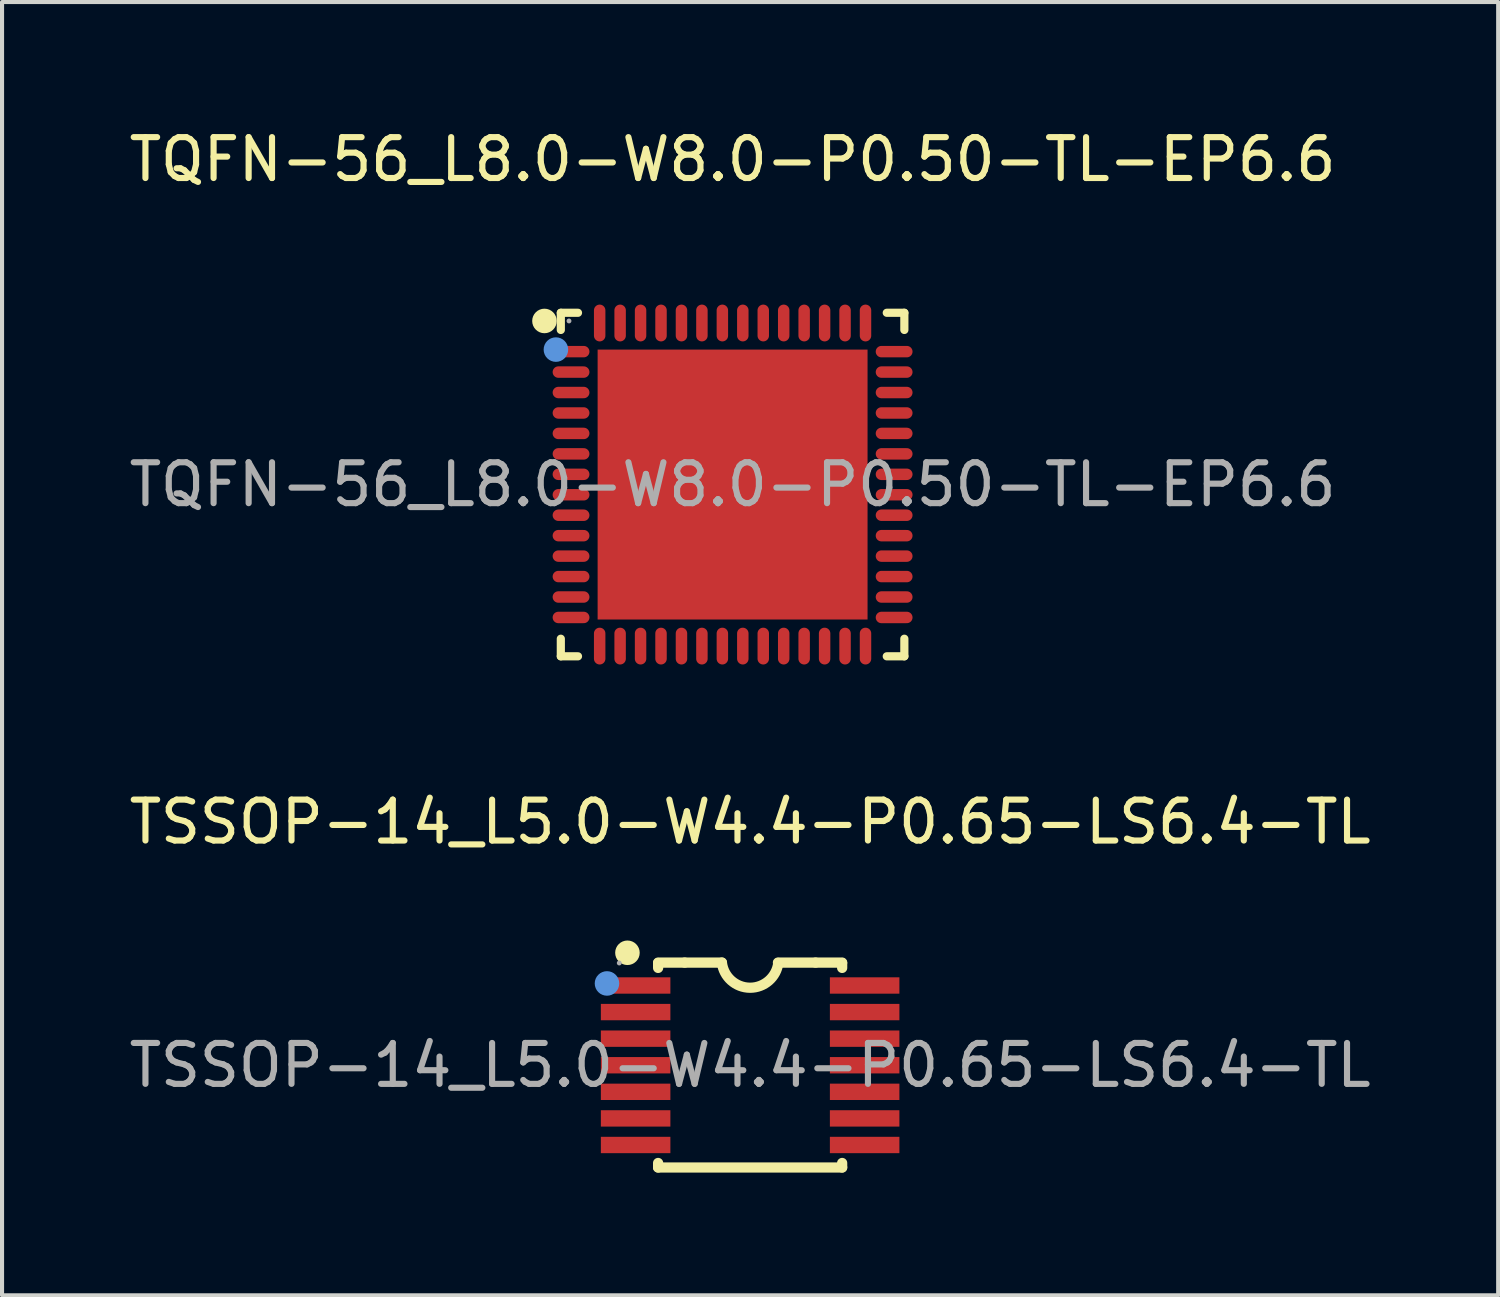
<source format=kicad_pcb>
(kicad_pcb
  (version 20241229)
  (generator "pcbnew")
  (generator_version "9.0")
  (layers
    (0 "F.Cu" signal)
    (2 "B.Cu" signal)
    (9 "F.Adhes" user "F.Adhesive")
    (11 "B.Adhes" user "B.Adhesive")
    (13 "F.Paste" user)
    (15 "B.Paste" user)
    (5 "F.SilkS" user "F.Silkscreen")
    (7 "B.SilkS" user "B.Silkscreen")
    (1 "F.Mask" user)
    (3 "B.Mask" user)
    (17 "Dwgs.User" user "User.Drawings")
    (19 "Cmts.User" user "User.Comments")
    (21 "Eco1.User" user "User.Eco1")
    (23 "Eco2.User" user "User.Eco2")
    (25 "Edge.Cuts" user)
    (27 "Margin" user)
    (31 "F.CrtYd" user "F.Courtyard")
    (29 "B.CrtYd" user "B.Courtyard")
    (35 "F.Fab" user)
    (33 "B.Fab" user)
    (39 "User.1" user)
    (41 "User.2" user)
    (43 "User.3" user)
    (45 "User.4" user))
  (footprint "TSSOP-14_L5.0-W4.4-P0.65-LS6.4-TL"
    (layer "F.Cu")
    (at 15.292 22.997)
    (property "Reference" "TSSOP-14_L5.0-W4.4-P0.65-LS6.4-TL" (at 0 -5.95 0) (layer "F.SilkS") (effects (font (size 1 1) (thickness 0.15))))
    (attr through_hole)
    (fp_line (start -2.25 -2.38) (end -2.25 -2.5) (stroke (width 0.25) (type solid)) (layer "F.SilkS"))
    (fp_line (start -2.25 2.5) (end -2.25 2.39) (stroke (width 0.25) (type solid)) (layer "F.SilkS"))
    (fp_line (start -1.6 -2.51) (end -2.25 -2.51) (stroke (width 0.25) (type solid)) (layer "F.SilkS"))
    (fp_line (start -1.6 -2.51) (end -0.69 -2.51) (stroke (width 0.25) (type solid)) (layer "F.SilkS"))
    (fp_line (start 0.68 -2.51) (end 1.6 -2.51) (stroke (width 0.25) (type solid)) (layer "F.SilkS"))
    (fp_line (start 1.6 -2.51) (end 2.25 -2.51) (stroke (width 0.25) (type solid)) (layer "F.SilkS"))
    (fp_line (start 2.25 -2.5) (end 2.25 -2.38) (stroke (width 0.25) (type solid)) (layer "F.SilkS"))
    (fp_line (start 2.25 2.39) (end 2.25 2.5) (stroke (width 0.25) (type solid)) (layer "F.SilkS"))
    (fp_line (start 2.25 2.5) (end -2.25 2.5) (stroke (width 0.25) (type solid)) (layer "F.SilkS"))
    (fp_arc (start 0.689165 -2.503103) (mid -0.003474 -1.895387) (end -0.69 -2.51) (stroke (width 0.25) (type solid)) (layer "F.SilkS"))
    (fp_circle (center -3 -2.75) (end -2.85 -2.75) (stroke (width 0.3) (type solid)) (fill no) (layer "F.SilkS"))
    (fp_circle (center -3.5 -2) (end -3.35 -2) (stroke (width 0.3) (type solid)) (fill no) (layer "Cmts.User"))
    (fp_circle (center -3.2 -2.5) (end -3.17 -2.5) (stroke (width 0.06) (type solid)) (fill no) (layer "F.Fab"))
    (fp_text user "${REFERENCE}" (at 0 0 0) (layer "F.Fab") (effects (font (size 1 1) (thickness 0.15))))
    (pad "1" smd rect (at -2.8 -1.95) (size 1.7 0.4) (layers "F.Cu" "F.Mask" "F.Paste"))
    (pad "2" smd rect (at -2.8 -1.3) (size 1.7 0.4) (layers "F.Cu" "F.Mask" "F.Paste"))
    (pad "3" smd rect (at -2.8 -0.65) (size 1.7 0.4) (layers "F.Cu" "F.Mask" "F.Paste"))
    (pad "4" smd rect (at -2.8 0) (size 1.7 0.4) (layers "F.Cu" "F.Mask" "F.Paste"))
    (pad "5" smd rect (at -2.8 0.65) (size 1.7 0.4) (layers "F.Cu" "F.Mask" "F.Paste"))
    (pad "6" smd rect (at -2.8 1.3) (size 1.7 0.4) (layers "F.Cu" "F.Mask" "F.Paste"))
    (pad "7" smd rect (at -2.8 1.95) (size 1.7 0.4) (layers "F.Cu" "F.Mask" "F.Paste"))
    (pad "8" smd rect (at 2.8 1.95) (size 1.7 0.4) (layers "F.Cu" "F.Mask" "F.Paste"))
    (pad "9" smd rect (at 2.8 1.3) (size 1.7 0.4) (layers "F.Cu" "F.Mask" "F.Paste"))
    (pad "10" smd rect (at 2.8 0.65) (size 1.7 0.4) (layers "F.Cu" "F.Mask" "F.Paste"))
    (pad "11" smd rect (at 2.8 0) (size 1.7 0.4) (layers "F.Cu" "F.Mask" "F.Paste"))
    (pad "12" smd rect (at 2.8 -0.65) (size 1.7 0.4) (layers "F.Cu" "F.Mask" "F.Paste"))
    (pad "13" smd rect (at 2.8 -1.3) (size 1.7 0.4) (layers "F.Cu" "F.Mask" "F.Paste"))
    (pad "14" smd rect (at 2.8 -1.95) (size 1.7 0.4) (layers "F.Cu" "F.Mask" "F.Paste")))
  (footprint "TQFN-56_L8.0-W8.0-P0.50-TL-EP6.6"
    (layer "F.Cu")
    (at 14.863 8.798)
    (property "Reference" "TQFN-56_L8.0-W8.0-P0.50-TL-EP6.6" (at 0 -7.95 0) (layer "F.SilkS") (effects (font (size 1 1) (thickness 0.15))))
    (attr through_hole)
    (fp_line (start -4.2 -4.2) (end -3.78 -4.2) (stroke (width 0.2) (type solid)) (layer "F.SilkS"))
    (fp_line (start -4.2 -3.78) (end -4.2 -4.2) (stroke (width 0.2) (type solid)) (layer "F.SilkS"))
    (fp_line (start -4.2 3.77) (end -4.2 4.2) (stroke (width 0.2) (type solid)) (layer "F.SilkS"))
    (fp_line (start -4.2 4.2) (end -3.78 4.2) (stroke (width 0.2) (type solid)) (layer "F.SilkS"))
    (fp_line (start 3.77 4.2) (end 4.2 4.2) (stroke (width 0.2) (type solid)) (layer "F.SilkS"))
    (fp_line (start 4.2 -4.2) (end 3.77 -4.2) (stroke (width 0.2) (type solid)) (layer "F.SilkS"))
    (fp_line (start 4.2 -3.78) (end 4.2 -4.2) (stroke (width 0.2) (type solid)) (layer "F.SilkS"))
    (fp_line (start 4.2 4.2) (end 4.2 3.77) (stroke (width 0.2) (type solid)) (layer "F.SilkS"))
    (fp_arc (start -4.6 -4) (mid -4.6 -4) (end -4.6 -4) (stroke (width 0.3) (type solid)) (layer "F.SilkS"))
    (fp_circle (center -4.32 -3.3) (end -4.17 -3.3) (stroke (width 0.3) (type solid)) (fill no) (layer "Cmts.User"))
    (fp_circle (center -4 -4) (end -3.97 -4) (stroke (width 0.06) (type solid)) (fill no) (layer "F.Fab"))
    (fp_text user "${REFERENCE}" (at 0 0 0) (layer "F.Fab") (effects (font (size 1 1) (thickness 0.15))))
    (pad "1" smd oval (at -3.95 -3.25 90) (size 0.28 0.9) (layers "F.Cu" "F.Mask" "F.Paste"))
    (pad "2" smd oval (at -3.95 -2.75 90) (size 0.28 0.9) (layers "F.Cu" "F.Mask" "F.Paste"))
    (pad "3" smd oval (at -3.95 -2.25 90) (size 0.28 0.9) (layers "F.Cu" "F.Mask" "F.Paste"))
    (pad "4" smd oval (at -3.95 -1.75 90) (size 0.28 0.9) (layers "F.Cu" "F.Mask" "F.Paste"))
    (pad "5" smd oval (at -3.95 -1.25 90) (size 0.28 0.9) (layers "F.Cu" "F.Mask" "F.Paste"))
    (pad "6" smd oval (at -3.95 -0.75 90) (size 0.28 0.9) (layers "F.Cu" "F.Mask" "F.Paste"))
    (pad "7" smd oval (at -3.95 -0.25 90) (size 0.28 0.9) (layers "F.Cu" "F.Mask" "F.Paste"))
    (pad "8" smd oval (at -3.95 0.25 90) (size 0.28 0.9) (layers "F.Cu" "F.Mask" "F.Paste"))
    (pad "9" smd oval (at -3.95 0.75 90) (size 0.28 0.9) (layers "F.Cu" "F.Mask" "F.Paste"))
    (pad "10" smd oval (at -3.95 1.25 90) (size 0.28 0.9) (layers "F.Cu" "F.Mask" "F.Paste"))
    (pad "11" smd oval (at -3.95 1.75 90) (size 0.28 0.9) (layers "F.Cu" "F.Mask" "F.Paste"))
    (pad "12" smd oval (at -3.95 2.25 90) (size 0.28 0.9) (layers "F.Cu" "F.Mask" "F.Paste"))
    (pad "13" smd oval (at -3.95 2.75 90) (size 0.28 0.9) (layers "F.Cu" "F.Mask" "F.Paste"))
    (pad "14" smd oval (at -3.95 3.25 90) (size 0.28 0.9) (layers "F.Cu" "F.Mask" "F.Paste"))
    (pad "15" smd oval (at -3.25 3.95) (size 0.28 0.9) (layers "F.Cu" "F.Mask" "F.Paste"))
    (pad "16" smd oval (at -2.75 3.95) (size 0.28 0.9) (layers "F.Cu" "F.Mask" "F.Paste"))
    (pad "17" smd oval (at -2.25 3.95) (size 0.28 0.9) (layers "F.Cu" "F.Mask" "F.Paste"))
    (pad "18" smd oval (at -1.75 3.95) (size 0.28 0.9) (layers "F.Cu" "F.Mask" "F.Paste"))
    (pad "19" smd oval (at -1.25 3.95) (size 0.28 0.9) (layers "F.Cu" "F.Mask" "F.Paste"))
    (pad "20" smd oval (at -0.75 3.95) (size 0.28 0.9) (layers "F.Cu" "F.Mask" "F.Paste"))
    (pad "21" smd oval (at -0.25 3.95) (size 0.28 0.9) (layers "F.Cu" "F.Mask" "F.Paste"))
    (pad "22" smd oval (at 0.25 3.95) (size 0.28 0.9) (layers "F.Cu" "F.Mask" "F.Paste"))
    (pad "23" smd oval (at 0.75 3.95) (size 0.28 0.9) (layers "F.Cu" "F.Mask" "F.Paste"))
    (pad "24" smd oval (at 1.25 3.95) (size 0.28 0.9) (layers "F.Cu" "F.Mask" "F.Paste"))
    (pad "25" smd oval (at 1.75 3.95) (size 0.28 0.9) (layers "F.Cu" "F.Mask" "F.Paste"))
    (pad "26" smd oval (at 2.25 3.95) (size 0.28 0.9) (layers "F.Cu" "F.Mask" "F.Paste"))
    (pad "27" smd oval (at 2.75 3.95) (size 0.28 0.9) (layers "F.Cu" "F.Mask" "F.Paste"))
    (pad "28" smd oval (at 3.25 3.95) (size 0.28 0.9) (layers "F.Cu" "F.Mask" "F.Paste"))
    (pad "29" smd oval (at 3.95 3.25 90) (size 0.28 0.9) (layers "F.Cu" "F.Mask" "F.Paste"))
    (pad "30" smd oval (at 3.95 2.75 90) (size 0.28 0.9) (layers "F.Cu" "F.Mask" "F.Paste"))
    (pad "31" smd oval (at 3.95 2.25 90) (size 0.28 0.9) (layers "F.Cu" "F.Mask" "F.Paste"))
    (pad "32" smd oval (at 3.95 1.75 90) (size 0.28 0.9) (layers "F.Cu" "F.Mask" "F.Paste"))
    (pad "33" smd oval (at 3.95 1.25 90) (size 0.28 0.9) (layers "F.Cu" "F.Mask" "F.Paste"))
    (pad "34" smd oval (at 3.95 0.75 90) (size 0.28 0.9) (layers "F.Cu" "F.Mask" "F.Paste"))
    (pad "35" smd oval (at 3.95 0.25 90) (size 0.28 0.9) (layers "F.Cu" "F.Mask" "F.Paste"))
    (pad "36" smd oval (at 3.95 -0.25 90) (size 0.28 0.9) (layers "F.Cu" "F.Mask" "F.Paste"))
    (pad "37" smd oval (at 3.95 -0.75 90) (size 0.28 0.9) (layers "F.Cu" "F.Mask" "F.Paste"))
    (pad "38" smd oval (at 3.95 -1.25 90) (size 0.28 0.9) (layers "F.Cu" "F.Mask" "F.Paste"))
    (pad "39" smd oval (at 3.95 -1.75 90) (size 0.28 0.9) (layers "F.Cu" "F.Mask" "F.Paste"))
    (pad "40" smd oval (at 3.95 -2.25 90) (size 0.28 0.9) (layers "F.Cu" "F.Mask" "F.Paste"))
    (pad "41" smd oval (at 3.95 -2.75 90) (size 0.28 0.9) (layers "F.Cu" "F.Mask" "F.Paste"))
    (pad "42" smd oval (at 3.95 -3.25 90) (size 0.28 0.9) (layers "F.Cu" "F.Mask" "F.Paste"))
    (pad "43" smd oval (at 3.25 -3.95) (size 0.28 0.9) (layers "F.Cu" "F.Mask" "F.Paste"))
    (pad "44" smd oval (at 2.75 -3.95) (size 0.28 0.9) (layers "F.Cu" "F.Mask" "F.Paste"))
    (pad "45" smd oval (at 2.25 -3.95) (size 0.28 0.9) (layers "F.Cu" "F.Mask" "F.Paste"))
    (pad "46" smd oval (at 1.75 -3.95) (size 0.28 0.9) (layers "F.Cu" "F.Mask" "F.Paste"))
    (pad "47" smd oval (at 1.25 -3.95) (size 0.28 0.9) (layers "F.Cu" "F.Mask" "F.Paste"))
    (pad "48" smd oval (at 0.75 -3.95) (size 0.28 0.9) (layers "F.Cu" "F.Mask" "F.Paste"))
    (pad "49" smd oval (at 0.25 -3.95) (size 0.28 0.9) (layers "F.Cu" "F.Mask" "F.Paste"))
    (pad "50" smd oval (at -0.25 -3.95) (size 0.28 0.9) (layers "F.Cu" "F.Mask" "F.Paste"))
    (pad "51" smd oval (at -0.75 -3.95) (size 0.28 0.9) (layers "F.Cu" "F.Mask" "F.Paste"))
    (pad "52" smd oval (at -1.25 -3.95) (size 0.28 0.9) (layers "F.Cu" "F.Mask" "F.Paste"))
    (pad "53" smd oval (at -1.75 -3.95) (size 0.28 0.9) (layers "F.Cu" "F.Mask" "F.Paste"))
    (pad "54" smd oval (at -2.25 -3.95) (size 0.28 0.9) (layers "F.Cu" "F.Mask" "F.Paste"))
    (pad "55" smd oval (at -2.75 -3.95) (size 0.28 0.9) (layers "F.Cu" "F.Mask" "F.Paste"))
    (pad "56" smd oval (at -3.25 -3.95) (size 0.28 0.9) (layers "F.Cu" "F.Mask" "F.Paste"))
    (pad "57" smd rect (at 0 0) (size 6.6 6.6) (layers "F.Cu" "F.Mask" "F.Paste")))
  (gr_rect
    (start -3 -3)
    (end 33.583 28.622)
    (stroke (width 0.1) (type default))
    (fill no)
    (layer "Edge.Cuts")))
</source>
